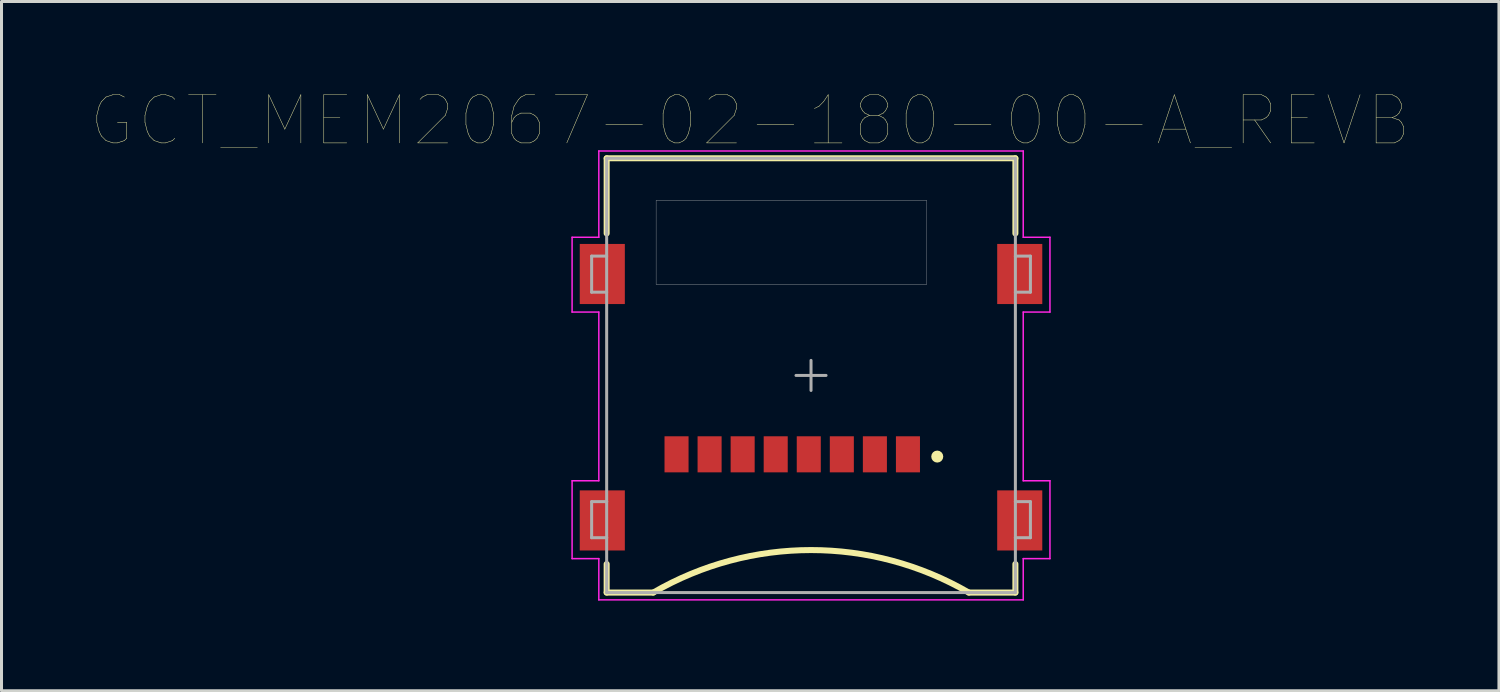
<source format=kicad_pcb>
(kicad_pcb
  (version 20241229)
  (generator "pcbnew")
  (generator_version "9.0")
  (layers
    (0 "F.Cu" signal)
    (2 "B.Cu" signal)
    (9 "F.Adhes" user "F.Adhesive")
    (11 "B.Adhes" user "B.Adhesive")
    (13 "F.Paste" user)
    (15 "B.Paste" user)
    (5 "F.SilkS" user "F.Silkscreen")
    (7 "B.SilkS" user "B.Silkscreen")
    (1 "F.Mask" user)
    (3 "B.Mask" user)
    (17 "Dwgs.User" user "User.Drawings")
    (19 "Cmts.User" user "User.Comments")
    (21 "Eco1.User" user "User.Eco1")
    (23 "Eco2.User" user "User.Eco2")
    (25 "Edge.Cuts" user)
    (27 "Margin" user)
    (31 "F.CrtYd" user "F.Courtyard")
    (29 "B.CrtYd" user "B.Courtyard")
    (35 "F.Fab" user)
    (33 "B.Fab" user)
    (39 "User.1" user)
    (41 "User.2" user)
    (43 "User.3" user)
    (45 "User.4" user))
  (footprint "GCT_MEM2067-02-180-00-A_REVB"
    (layer "F.Cu")
    (at 23.936 9.442)
    (property "Reference" "GCT_MEM2067-02-180-00-A_REVB" (at -2.023 -8.478 0) (layer "F.SilkS") (effects (font (size 1.602 1.602) (thickness 0.015))))
    (attr through_hole)
    (fp_line (start -6.8 -7.225) (end 6.8 -7.225) (stroke (width 0.2) (type solid)) (layer "F.SilkS"))
    (fp_line (start -6.8 -4.725) (end -6.8 -7.225) (stroke (width 0.2) (type solid)) (layer "F.SilkS"))
    (fp_line (start -6.8 7.225) (end -6.8 6.275) (stroke (width 0.2) (type solid)) (layer "F.SilkS"))
    (fp_line (start -6.8 7.225) (end -5.25 7.225) (stroke (width 0.2) (type solid)) (layer "F.SilkS"))
    (fp_line (start 5.25 7.225) (end 6.8 7.225) (stroke (width 0.2) (type solid)) (layer "F.SilkS"))
    (fp_line (start 6.8 -4.725) (end 6.8 -7.225) (stroke (width 0.2) (type solid)) (layer "F.SilkS"))
    (fp_line (start 6.8 7.225) (end 6.8 6.275) (stroke (width 0.2) (type solid)) (layer "F.SilkS"))
    (fp_arc (start -5.25 7.225) (mid 0 5.810899) (end 5.25 7.225) (stroke (width 0.2) (type solid)) (layer "F.SilkS"))
    (fp_circle (center 4.2 2.7) (end 4.3 2.7) (stroke (width 0.2) (type solid)) (fill no) (layer "F.SilkS"))
    (fp_poly (pts (xy -5.155 -5.825) (xy 3.85 -5.825) (xy 3.85 -3.028) (xy -5.155 -3.028)) (stroke (width 0.01) (type solid)) (fill no) (layer "Dwgs.User"))
    (fp_line (start -7.95 -4.597) (end -7.061 -4.597) (stroke (width 0.05) (type solid)) (layer "F.CrtYd"))
    (fp_line (start -7.95 -2.108) (end -7.95 -4.597) (stroke (width 0.05) (type solid)) (layer "F.CrtYd"))
    (fp_line (start -7.95 -2.108) (end -7.061 -2.108) (stroke (width 0.05) (type solid)) (layer "F.CrtYd"))
    (fp_line (start -7.95 3.505) (end -7.061 3.505) (stroke (width 0.05) (type solid)) (layer "F.CrtYd"))
    (fp_line (start -7.95 6.096) (end -7.95 3.505) (stroke (width 0.05) (type solid)) (layer "F.CrtYd"))
    (fp_line (start -7.95 6.096) (end -7.061 6.096) (stroke (width 0.05) (type solid)) (layer "F.CrtYd"))
    (fp_line (start -7.061 -7.468) (end 7.061 -7.468) (stroke (width 0.05) (type solid)) (layer "F.CrtYd"))
    (fp_line (start -7.061 -4.597) (end -7.061 -7.468) (stroke (width 0.05) (type solid)) (layer "F.CrtYd"))
    (fp_line (start -7.061 3.505) (end -7.061 -2.108) (stroke (width 0.05) (type solid)) (layer "F.CrtYd"))
    (fp_line (start -7.061 7.468) (end -7.061 6.096) (stroke (width 0.05) (type solid)) (layer "F.CrtYd"))
    (fp_line (start -7.061 7.468) (end 7.061 7.468) (stroke (width 0.05) (type solid)) (layer "F.CrtYd"))
    (fp_line (start 7.061 -4.597) (end 7.061 -7.468) (stroke (width 0.05) (type solid)) (layer "F.CrtYd"))
    (fp_line (start 7.061 -4.597) (end 7.95 -4.597) (stroke (width 0.05) (type solid)) (layer "F.CrtYd"))
    (fp_line (start 7.061 -2.108) (end 7.95 -2.108) (stroke (width 0.05) (type solid)) (layer "F.CrtYd"))
    (fp_line (start 7.061 3.505) (end 7.061 -2.108) (stroke (width 0.05) (type solid)) (layer "F.CrtYd"))
    (fp_line (start 7.061 3.505) (end 7.95 3.505) (stroke (width 0.05) (type solid)) (layer "F.CrtYd"))
    (fp_line (start 7.061 6.096) (end 7.95 6.096) (stroke (width 0.05) (type solid)) (layer "F.CrtYd"))
    (fp_line (start 7.061 7.468) (end 7.061 6.096) (stroke (width 0.05) (type solid)) (layer "F.CrtYd"))
    (fp_line (start 7.95 -2.108) (end 7.95 -4.597) (stroke (width 0.05) (type solid)) (layer "F.CrtYd"))
    (fp_line (start 7.95 6.096) (end 7.95 3.505) (stroke (width 0.05) (type solid)) (layer "F.CrtYd"))
    (fp_line (start -7.3 -3.97) (end -6.8 -3.97) (stroke (width 0.1) (type solid)) (layer "F.Fab"))
    (fp_line (start -7.3 -2.77) (end -7.3 -3.97) (stroke (width 0.1) (type solid)) (layer "F.Fab"))
    (fp_line (start -7.3 -2.77) (end -6.8 -2.77) (stroke (width 0.1) (type solid)) (layer "F.Fab"))
    (fp_line (start -7.3 4.2) (end -6.8 4.2) (stroke (width 0.1) (type solid)) (layer "F.Fab"))
    (fp_line (start -7.3 5.4) (end -7.3 4.2) (stroke (width 0.1) (type solid)) (layer "F.Fab"))
    (fp_line (start -7.3 5.4) (end -6.8 5.4) (stroke (width 0.1) (type solid)) (layer "F.Fab"))
    (fp_line (start -6.8 -7.225) (end 6.8 -7.225) (stroke (width 0.1) (type solid)) (layer "F.Fab"))
    (fp_line (start -6.8 4.2) (end -6.8 -7.225) (stroke (width 0.1) (type solid)) (layer "F.Fab"))
    (fp_line (start -6.8 5.4) (end -6.8 4.2) (stroke (width 0.1) (type solid)) (layer "F.Fab"))
    (fp_line (start -6.8 7.225) (end -6.8 5.4) (stroke (width 0.1) (type solid)) (layer "F.Fab"))
    (fp_line (start -6.8 7.225) (end 6.8 7.225) (stroke (width 0.1) (type solid)) (layer "F.Fab"))
    (fp_line (start -0.5 0) (end 0.5 0) (stroke (width 0.1) (type solid)) (layer "F.Fab"))
    (fp_line (start 0 0.5) (end 0 -0.5) (stroke (width 0.1) (type solid)) (layer "F.Fab"))
    (fp_line (start 6.8 -3.97) (end 6.8 -7.225) (stroke (width 0.1) (type solid)) (layer "F.Fab"))
    (fp_line (start 6.8 -3.97) (end 7.3 -3.97) (stroke (width 0.1) (type solid)) (layer "F.Fab"))
    (fp_line (start 6.8 -2.77) (end 6.8 -3.97) (stroke (width 0.1) (type solid)) (layer "F.Fab"))
    (fp_line (start 6.8 -2.77) (end 7.3 -2.77) (stroke (width 0.1) (type solid)) (layer "F.Fab"))
    (fp_line (start 6.8 4.2) (end 6.8 -2.77) (stroke (width 0.1) (type solid)) (layer "F.Fab"))
    (fp_line (start 6.8 4.2) (end 7.3 4.2) (stroke (width 0.1) (type solid)) (layer "F.Fab"))
    (fp_line (start 6.8 5.4) (end 6.8 4.2) (stroke (width 0.1) (type solid)) (layer "F.Fab"))
    (fp_line (start 6.8 5.4) (end 7.3 5.4) (stroke (width 0.1) (type solid)) (layer "F.Fab"))
    (fp_line (start 6.8 7.225) (end 6.8 5.4) (stroke (width 0.1) (type solid)) (layer "F.Fab"))
    (fp_line (start 7.3 -2.77) (end 7.3 -3.97) (stroke (width 0.1) (type solid)) (layer "F.Fab"))
    (fp_line (start 7.3 5.4) (end 7.3 4.2) (stroke (width 0.1) (type solid)) (layer "F.Fab"))
    (pad "1" smd rect (at 3.225 2.625) (size 0.8 1.2) (layers "F.Cu" "F.Mask" "F.Paste"))
    (pad "2" smd rect (at 2.125 2.625) (size 0.8 1.2) (layers "F.Cu" "F.Mask" "F.Paste"))
    (pad "3" smd rect (at 1.025 2.625) (size 0.8 1.2) (layers "F.Cu" "F.Mask" "F.Paste"))
    (pad "4" smd rect (at -0.075 2.625) (size 0.8 1.2) (layers "F.Cu" "F.Mask" "F.Paste"))
    (pad "5" smd rect (at -1.175 2.625) (size 0.8 1.2) (layers "F.Cu" "F.Mask" "F.Paste"))
    (pad "6" smd rect (at -2.275 2.625) (size 0.8 1.2) (layers "F.Cu" "F.Mask" "F.Paste"))
    (pad "7" smd rect (at -3.375 2.625) (size 0.8 1.2) (layers "F.Cu" "F.Mask" "F.Paste"))
    (pad "8" smd rect (at -4.475 2.625) (size 0.8 1.2) (layers "F.Cu" "F.Mask" "F.Paste"))
    (pad "9" smd rect (at -6.945 4.825) (size 1.5 2) (layers "F.Cu" "F.Mask" "F.Paste"))
    (pad "10" smd rect (at -6.945 -3.375) (size 1.5 2) (layers "F.Cu" "F.Mask" "F.Paste"))
    (pad "11" smd rect (at 6.945 -3.375) (size 1.5 2) (layers "F.Cu" "F.Mask" "F.Paste"))
    (pad "12" smd rect (at 6.945 4.825) (size 1.5 2) (layers "F.Cu" "F.Mask" "F.Paste")))
  (gr_rect
    (start -3 -3)
    (end 46.826 19.934)
    (stroke (width 0.1) (type default))
    (fill no)
    (layer "Edge.Cuts")))
</source>
